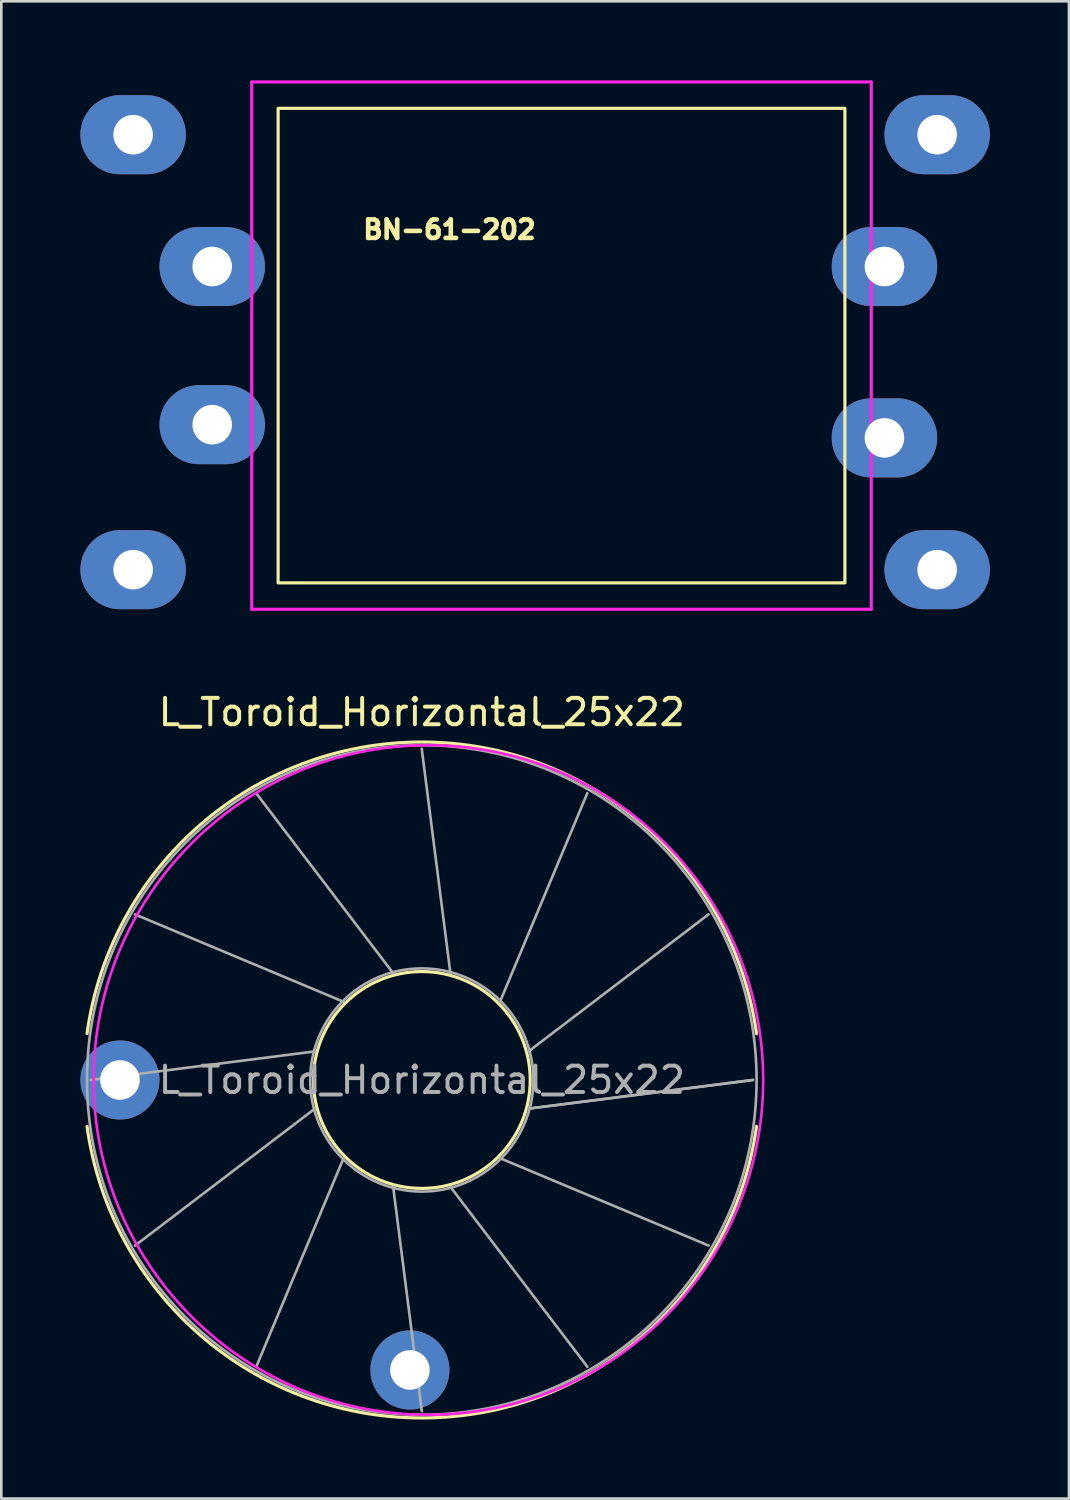
<source format=kicad_pcb>
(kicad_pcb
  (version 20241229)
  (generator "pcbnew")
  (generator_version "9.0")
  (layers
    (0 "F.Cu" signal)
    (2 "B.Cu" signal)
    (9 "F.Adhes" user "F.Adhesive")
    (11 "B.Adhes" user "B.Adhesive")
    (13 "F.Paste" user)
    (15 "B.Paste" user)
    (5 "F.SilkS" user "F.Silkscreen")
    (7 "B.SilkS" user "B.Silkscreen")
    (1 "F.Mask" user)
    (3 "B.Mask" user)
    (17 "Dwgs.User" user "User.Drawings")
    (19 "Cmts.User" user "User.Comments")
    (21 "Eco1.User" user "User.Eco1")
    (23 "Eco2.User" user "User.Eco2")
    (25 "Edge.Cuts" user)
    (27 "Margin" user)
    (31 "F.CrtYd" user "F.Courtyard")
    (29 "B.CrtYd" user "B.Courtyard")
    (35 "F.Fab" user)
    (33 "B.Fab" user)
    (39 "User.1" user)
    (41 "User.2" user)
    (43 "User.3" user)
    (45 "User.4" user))
  (footprint "BN-61-202"
    (layer "F.Cu")
    (at 19 10.06)
    (property "Reference" "BN-61-202" (at -5 -4.4 0) (unlocked yes) (layer "F.SilkS") (effects (font (size 0.7 0.7) (thickness 0.175))))
    (attr smd)
    (fp_rect (start -11.5 -9) (end 10 9) (stroke (width 0.12) (type default)) (fill no) (layer "F.SilkS"))
    (fp_line (start -12.5 -10) (end 11 -10) (stroke (width 0.12) (type default)) (layer "F.CrtYd"))
    (fp_line (start -12.5 10) (end -12.5 -10) (stroke (width 0.12) (type default)) (layer "F.CrtYd"))
    (fp_line (start 11 -10) (end 11 10) (stroke (width 0.12) (type default)) (layer "F.CrtYd"))
    (fp_line (start 11 10) (end -12.5 10) (stroke (width 0.12) (type default)) (layer "F.CrtYd"))
    (pad "1" thru_hole oval (at -14 3) (size 4 3) (drill 1.5) (layers "*.Cu" "*.Mask"))
    (pad "2" thru_hole oval (at 11.5 -3) (size 4 3) (drill 1.5) (layers "*.Cu" "*.Mask"))
    (pad "3" thru_hole oval (at -17 -8) (size 4 3) (drill 1.5) (layers "*.Cu" "*.Mask"))
    (pad "4" thru_hole oval (at 13.5 -8) (size 4 3) (drill 1.5) (layers "*.Cu" "*.Mask"))
    (pad "5" thru_hole oval (at -14 -3) (size 4 3) (drill 1.5) (layers "*.Cu" "*.Mask"))
    (pad "6" thru_hole oval (at 11.5 3.5) (size 4 3) (drill 1.5) (layers "*.Cu" "*.Mask"))
    (pad "7" thru_hole oval (at -17 8.5) (size 4 3) (drill 1.5) (layers "*.Cu" "*.Mask"))
    (pad "8" thru_hole oval (at 13.5 8.5) (size 4 3) (drill 1.5) (layers "*.Cu" "*.Mask")))
  (footprint "L_Toroid_Horizontal_25x22"
    (layer "F.Cu")
    (at 1.5 37.918)
    (property "Reference" "L_Toroid_Horizontal_25x22" (at 11.45 -13.95 0) (layer "F.SilkS") (effects (font (size 1 1) (thickness 0.15))))
    (attr through_hole)
    (fp_arc (start -1.248614 -1.76) (mid 11.45 -12.82) (end 24.148614 -1.76) (stroke (width 0.12) (type solid)) (layer "F.SilkS"))
    (fp_arc (start 24.148614 1.76) (mid 11.45 12.82) (end -1.248614 1.76) (stroke (width 0.12) (type solid)) (layer "F.SilkS"))
    (fp_circle (center 11.45 0) (end 15.563 0) (stroke (width 0.12) (type solid)) (fill no) (layer "F.SilkS"))
    (fp_circle (center 11.7 0) (end 24.4 0) (stroke (width 0.1) (type solid)) (fill no) (layer "F.CrtYd"))
    (fp_line (start -1.114 0.001) (end 7.397 -1.085) (stroke (width 0.1) (type solid)) (layer "F.Fab"))
    (fp_line (start 0.569 -6.281) (end 8.483 -2.966) (stroke (width 0.1) (type solid)) (layer "F.Fab"))
    (fp_line (start 0.57 6.283) (end 7.397 1.086) (stroke (width 0.1) (type solid)) (layer "F.Fab"))
    (fp_line (start 5.167 -10.88) (end 10.364 -4.052) (stroke (width 0.1) (type solid)) (layer "F.Fab"))
    (fp_line (start 5.169 10.881) (end 8.483 2.967) (stroke (width 0.1) (type solid)) (layer "F.Fab"))
    (fp_line (start 11.448 -12.564) (end 12.535 -4.053) (stroke (width 0.1) (type solid)) (layer "F.Fab"))
    (fp_line (start 11.451 12.564) (end 10.364 4.053) (stroke (width 0.1) (type solid)) (layer "F.Fab"))
    (fp_line (start 17.73 -10.881) (end 14.416 -2.967) (stroke (width 0.1) (type solid)) (layer "F.Fab"))
    (fp_line (start 17.732 10.88) (end 12.536 4.053) (stroke (width 0.1) (type solid)) (layer "F.Fab"))
    (fp_line (start 22.329 -6.284) (end 15.502 -1.087) (stroke (width 0.1) (type solid)) (layer "F.Fab"))
    (fp_line (start 22.33 6.282) (end 14.417 2.967) (stroke (width 0.1) (type solid)) (layer "F.Fab"))
    (fp_line (start 24.014 -0.002) (end 15.503 1.085) (stroke (width 0.1) (type solid)) (layer "F.Fab"))
    (fp_line (start 24.014 0) (end 15.503 1.086) (stroke (width 0.1) (type solid)) (layer "F.Fab"))
    (fp_circle (center 11.45 0) (end 15.683 0) (stroke (width 0.1) (type solid)) (fill no) (layer "F.Fab"))
    (fp_circle (center 11.45 0) (end 24.15 0) (stroke (width 0.1) (type solid)) (fill no) (layer "F.Fab"))
    (fp_text user "${REFERENCE}" (at 11.45 0 0) (layer "F.Fab") (effects (font (size 1 1) (thickness 0.15))))
    (pad "1" thru_hole circle (at 0 0) (size 3 3) (drill 1.5) (layers "*.Cu" "*.Mask"))
    (pad "2" thru_hole circle (at 11 11) (size 3 3) (drill 1.5) (layers "*.Cu" "*.Mask")))
  (gr_rect
    (start -3 -3)
    (end 37.5 53.798)
    (stroke (width 0.1) (type default))
    (fill no)
    (layer "Edge.Cuts")))
</source>
